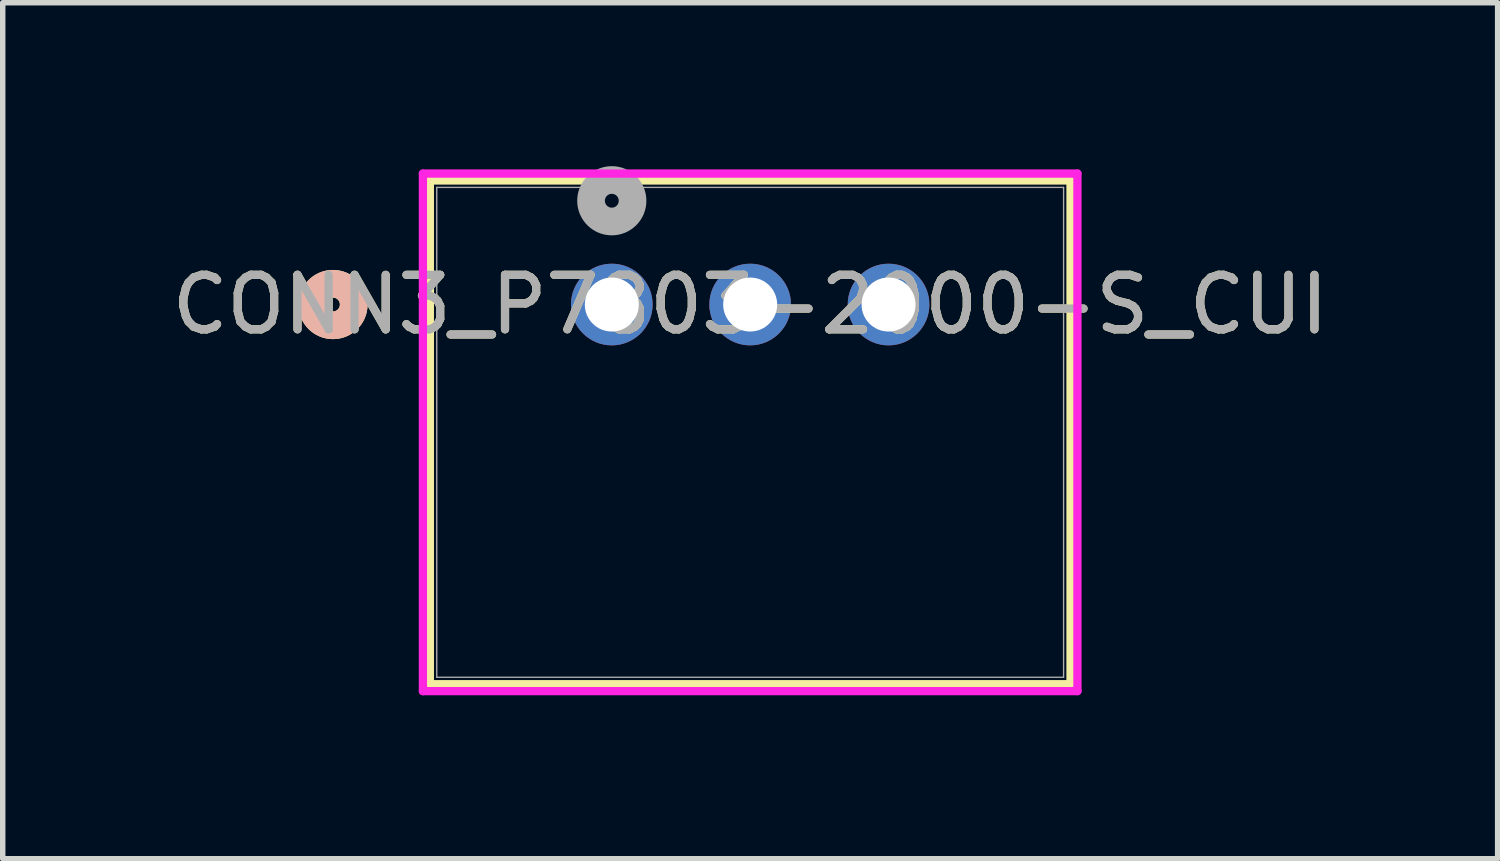
<source format=kicad_pcb>
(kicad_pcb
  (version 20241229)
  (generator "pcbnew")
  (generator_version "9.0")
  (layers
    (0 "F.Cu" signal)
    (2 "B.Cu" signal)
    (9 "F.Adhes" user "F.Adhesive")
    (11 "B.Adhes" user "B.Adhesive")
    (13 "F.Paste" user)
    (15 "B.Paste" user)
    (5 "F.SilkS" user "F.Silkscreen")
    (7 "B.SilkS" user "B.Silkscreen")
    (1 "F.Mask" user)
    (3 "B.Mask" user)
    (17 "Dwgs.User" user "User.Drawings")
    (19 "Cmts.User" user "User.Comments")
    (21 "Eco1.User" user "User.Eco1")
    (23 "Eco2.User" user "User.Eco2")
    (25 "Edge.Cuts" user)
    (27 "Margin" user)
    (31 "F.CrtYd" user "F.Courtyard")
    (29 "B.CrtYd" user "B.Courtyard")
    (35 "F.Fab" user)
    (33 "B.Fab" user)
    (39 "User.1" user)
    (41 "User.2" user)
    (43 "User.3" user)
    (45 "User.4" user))
  (footprint "CONN3_P7803-2000-S_CUI"
    (layer "F.Cu")
    (at 8.18 2.54)
    (property "Reference" "CONN3_P7803-2000-S_CUI" (at 2.54 0 0) (unlocked yes) (layer "F.SilkS") (effects (font (size 1 1) (thickness 0.15))))
    (attr through_hole)
    (fp_line (start -3.34 -2.277) (end -3.34 6.969) (stroke (width 0.152) (type solid)) (layer "F.SilkS"))
    (fp_line (start -3.34 6.969) (end 8.42 6.969) (stroke (width 0.152) (type solid)) (layer "F.SilkS"))
    (fp_line (start 8.42 -2.277) (end -3.34 -2.277) (stroke (width 0.152) (type solid)) (layer "F.SilkS"))
    (fp_line (start 8.42 6.969) (end 8.42 -2.277) (stroke (width 0.152) (type solid)) (layer "F.SilkS"))
    (fp_circle (center -5.118 0) (end -4.737 0) (stroke (width 0.508) (type solid)) (fill no) (layer "F.SilkS"))
    (fp_circle (center -5.118 0) (end -4.737 0) (stroke (width 0.508) (type solid)) (fill no) (layer "B.SilkS"))
    (fp_line (start -3.467 -2.404) (end -3.467 7.096) (stroke (width 0.152) (type solid)) (layer "F.CrtYd"))
    (fp_line (start -3.467 7.096) (end 8.547 7.096) (stroke (width 0.152) (type solid)) (layer "F.CrtYd"))
    (fp_line (start 8.547 -2.404) (end -3.467 -2.404) (stroke (width 0.152) (type solid)) (layer "F.CrtYd"))
    (fp_line (start 8.547 7.096) (end 8.547 -2.404) (stroke (width 0.152) (type solid)) (layer "F.CrtYd"))
    (fp_line (start -3.213 -2.15) (end -3.213 6.842) (stroke (width 0.025) (type solid)) (layer "F.Fab"))
    (fp_line (start -3.213 6.842) (end 8.293 6.842) (stroke (width 0.025) (type solid)) (layer "F.Fab"))
    (fp_line (start 8.293 -2.15) (end -3.213 -2.15) (stroke (width 0.025) (type solid)) (layer "F.Fab"))
    (fp_line (start 8.293 6.842) (end 8.293 -2.15) (stroke (width 0.025) (type solid)) (layer "F.Fab"))
    (fp_circle (center 0 -1.905) (end 0.381 -1.905) (stroke (width 0.508) (type solid)) (fill no) (layer "F.Fab"))
    (fp_text user "${REFERENCE}" (at 2.54 0 0) (unlocked yes) (layer "F.Fab") (effects (font (size 1 1) (thickness 0.15))))
    (pad "1" thru_hole circle (at 0 0) (size 1.499 1.499) (drill 0.991) (layers "*.Cu" "*.Mask"))
    (pad "2" thru_hole circle (at 2.54 0) (size 1.499 1.499) (drill 0.991) (layers "*.Cu" "*.Mask"))
    (pad "3" thru_hole circle (at 5.08 0) (size 1.499 1.499) (drill 0.991) (layers "*.Cu" "*.Mask")))
  (gr_rect
    (start -3 -3)
    (end 24.44 12.712)
    (stroke (width 0.1) (type default))
    (fill no)
    (layer "Edge.Cuts")))
</source>
